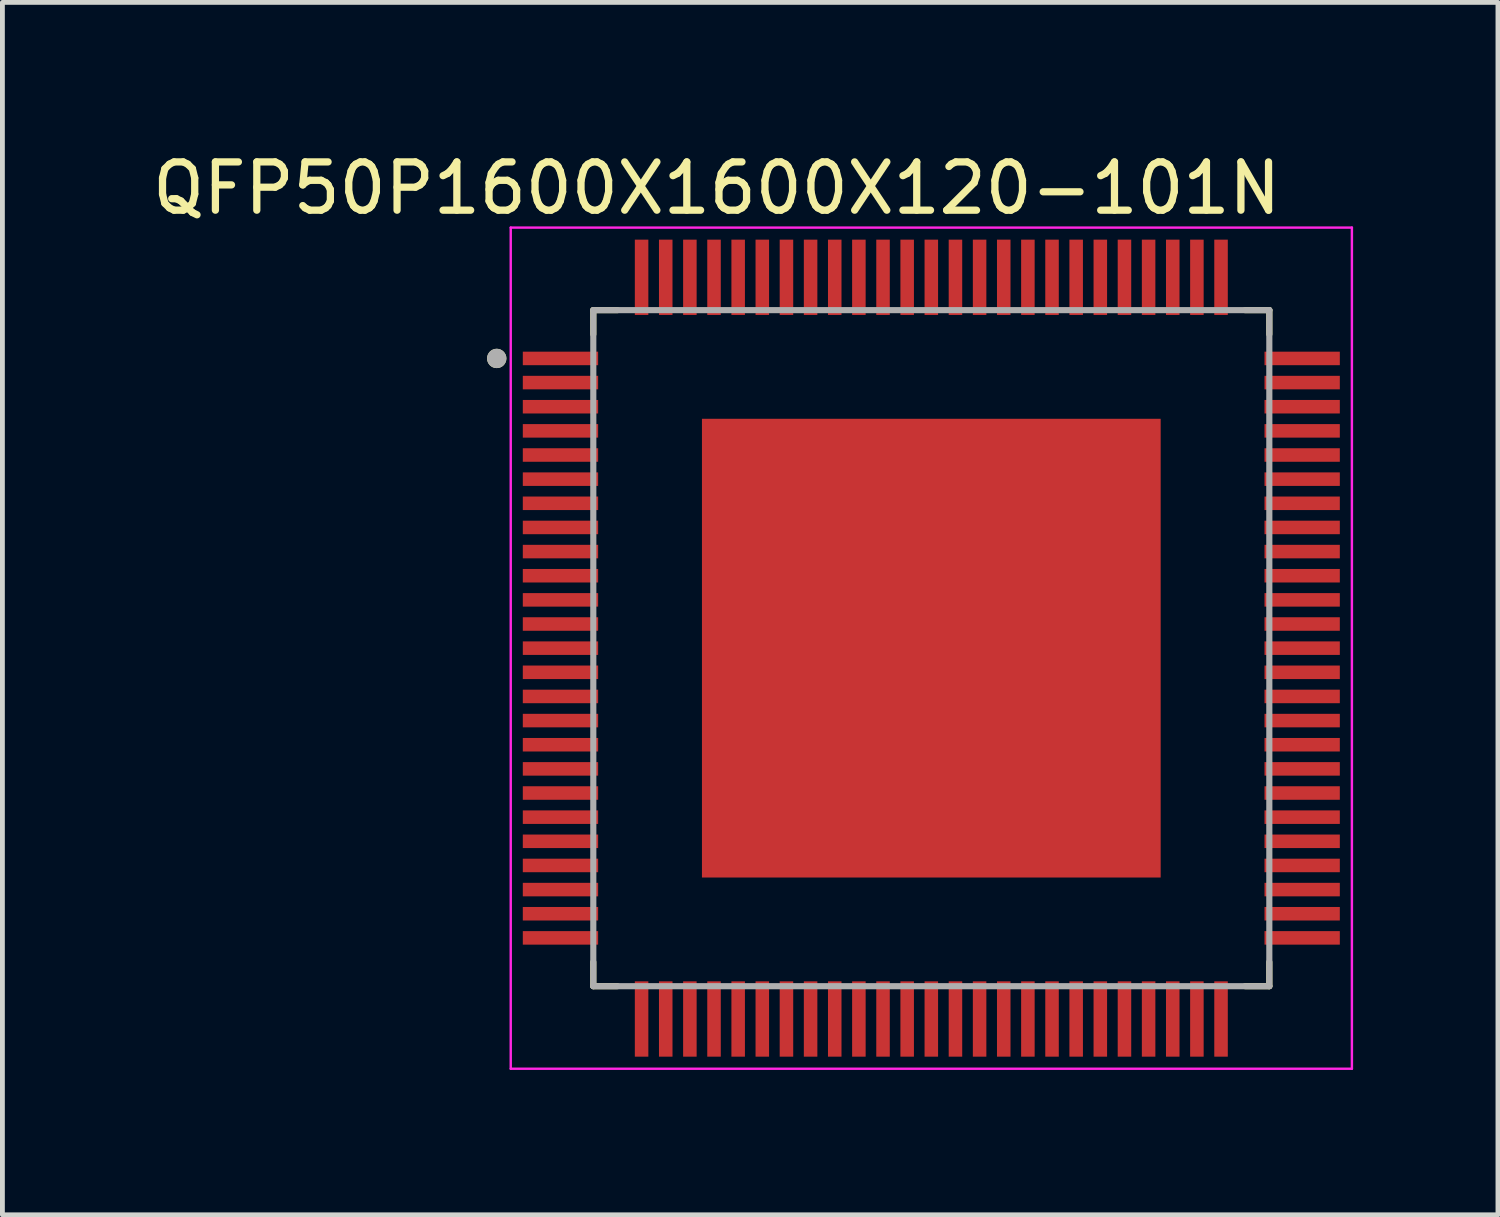
<source format=kicad_pcb>
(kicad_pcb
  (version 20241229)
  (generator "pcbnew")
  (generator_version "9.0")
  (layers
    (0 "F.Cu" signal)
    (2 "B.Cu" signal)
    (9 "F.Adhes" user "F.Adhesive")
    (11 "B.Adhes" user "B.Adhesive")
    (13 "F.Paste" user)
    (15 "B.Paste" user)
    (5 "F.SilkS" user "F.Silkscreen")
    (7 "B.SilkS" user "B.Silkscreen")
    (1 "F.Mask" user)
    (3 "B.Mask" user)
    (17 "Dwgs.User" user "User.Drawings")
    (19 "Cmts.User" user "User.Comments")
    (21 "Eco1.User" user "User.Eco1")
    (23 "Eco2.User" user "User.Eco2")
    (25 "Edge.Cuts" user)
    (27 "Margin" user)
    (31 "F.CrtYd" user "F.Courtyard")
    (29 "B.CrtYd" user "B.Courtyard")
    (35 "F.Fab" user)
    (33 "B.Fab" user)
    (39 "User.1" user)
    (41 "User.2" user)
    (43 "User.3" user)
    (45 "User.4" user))
  (footprint "QFP50P1600X1600X120-101N"
    (layer "F.Cu")
    (at 16.237 10.373)
    (property "Reference" "QFP50P1600X1600X120-101N" (at -4.445 -9.525 0) (layer "F.SilkS") (effects (font (size 1 1) (thickness 0.15))))
    (attr smd)
    (fp_line (start -7 -7) (end -7 -6.5) (stroke (width 0.127) (type solid)) (layer "F.SilkS"))
    (fp_line (start -7 -7) (end -6.5 -7) (stroke (width 0.127) (type solid)) (layer "F.SilkS"))
    (fp_line (start -7 6.5) (end -7 7) (stroke (width 0.127) (type solid)) (layer "F.SilkS"))
    (fp_line (start -7 7) (end -6.5 7) (stroke (width 0.127) (type solid)) (layer "F.SilkS"))
    (fp_line (start 6.5 -7) (end 7 -7) (stroke (width 0.127) (type solid)) (layer "F.SilkS"))
    (fp_line (start 6.5 7) (end 7 7) (stroke (width 0.127) (type solid)) (layer "F.SilkS"))
    (fp_line (start 7 -7) (end 7 -6.5) (stroke (width 0.127) (type solid)) (layer "F.SilkS"))
    (fp_line (start 7 7) (end 7 6.5) (stroke (width 0.127) (type solid)) (layer "F.SilkS"))
    (fp_circle (center -9 -6) (end -8.9 -6) (stroke (width 0.2) (type solid)) (fill no) (layer "F.SilkS"))
    (fp_poly (pts (xy -4.305 -4.305) (xy -2.805 -4.305) (xy -2.805 -2.805) (xy -4.305 -2.805)) (stroke (width 0.01) (type solid)) (fill yes) (layer "F.Paste"))
    (fp_poly (pts (xy -4.305 -1.935) (xy -2.805 -1.935) (xy -2.805 -0.435) (xy -4.305 -0.435)) (stroke (width 0.01) (type solid)) (fill yes) (layer "F.Paste"))
    (fp_poly (pts (xy -4.305 0.435) (xy -2.805 0.435) (xy -2.805 1.935) (xy -4.305 1.935)) (stroke (width 0.01) (type solid)) (fill yes) (layer "F.Paste"))
    (fp_poly (pts (xy -4.305 2.805) (xy -2.805 2.805) (xy -2.805 4.305) (xy -4.305 4.305)) (stroke (width 0.01) (type solid)) (fill yes) (layer "F.Paste"))
    (fp_poly (pts (xy -1.935 -4.305) (xy -0.435 -4.305) (xy -0.435 -2.805) (xy -1.935 -2.805)) (stroke (width 0.01) (type solid)) (fill yes) (layer "F.Paste"))
    (fp_poly (pts (xy -1.935 -1.935) (xy -0.435 -1.935) (xy -0.435 -0.435) (xy -1.935 -0.435)) (stroke (width 0.01) (type solid)) (fill yes) (layer "F.Paste"))
    (fp_poly (pts (xy -1.935 0.435) (xy -0.435 0.435) (xy -0.435 1.935) (xy -1.935 1.935)) (stroke (width 0.01) (type solid)) (fill yes) (layer "F.Paste"))
    (fp_poly (pts (xy -1.935 2.805) (xy -0.435 2.805) (xy -0.435 4.305) (xy -1.935 4.305)) (stroke (width 0.01) (type solid)) (fill yes) (layer "F.Paste"))
    (fp_poly (pts (xy 0.435 -4.305) (xy 1.935 -4.305) (xy 1.935 -2.805) (xy 0.435 -2.805)) (stroke (width 0.01) (type solid)) (fill yes) (layer "F.Paste"))
    (fp_poly (pts (xy 0.435 -1.935) (xy 1.935 -1.935) (xy 1.935 -0.435) (xy 0.435 -0.435)) (stroke (width 0.01) (type solid)) (fill yes) (layer "F.Paste"))
    (fp_poly (pts (xy 0.435 0.435) (xy 1.935 0.435) (xy 1.935 1.935) (xy 0.435 1.935)) (stroke (width 0.01) (type solid)) (fill yes) (layer "F.Paste"))
    (fp_poly (pts (xy 0.435 2.805) (xy 1.935 2.805) (xy 1.935 4.305) (xy 0.435 4.305)) (stroke (width 0.01) (type solid)) (fill yes) (layer "F.Paste"))
    (fp_poly (pts (xy 2.805 -4.305) (xy 4.305 -4.305) (xy 4.305 -2.805) (xy 2.805 -2.805)) (stroke (width 0.01) (type solid)) (fill yes) (layer "F.Paste"))
    (fp_poly (pts (xy 2.805 -1.935) (xy 4.305 -1.935) (xy 4.305 -0.435) (xy 2.805 -0.435)) (stroke (width 0.01) (type solid)) (fill yes) (layer "F.Paste"))
    (fp_poly (pts (xy 2.805 0.435) (xy 4.305 0.435) (xy 4.305 1.935) (xy 2.805 1.935)) (stroke (width 0.01) (type solid)) (fill yes) (layer "F.Paste"))
    (fp_poly (pts (xy 2.805 2.805) (xy 4.305 2.805) (xy 4.305 4.305) (xy 2.805 4.305)) (stroke (width 0.01) (type solid)) (fill yes) (layer "F.Paste"))
    (fp_line (start -8.71 -8.71) (end 8.71 -8.71) (stroke (width 0.05) (type solid)) (layer "F.CrtYd"))
    (fp_line (start -8.71 8.71) (end -8.71 -8.71) (stroke (width 0.05) (type solid)) (layer "F.CrtYd"))
    (fp_line (start 8.71 -8.71) (end 8.71 8.71) (stroke (width 0.05) (type solid)) (layer "F.CrtYd"))
    (fp_line (start 8.71 8.71) (end -8.71 8.71) (stroke (width 0.05) (type solid)) (layer "F.CrtYd"))
    (fp_line (start -7 -7) (end 7 -7) (stroke (width 0.127) (type solid)) (layer "F.Fab"))
    (fp_line (start -7 7) (end -7 -7) (stroke (width 0.127) (type solid)) (layer "F.Fab"))
    (fp_line (start 7 -7) (end 7 7) (stroke (width 0.127) (type solid)) (layer "F.Fab"))
    (fp_line (start 7 7) (end -7 7) (stroke (width 0.127) (type solid)) (layer "F.Fab"))
    (fp_circle (center -9 -6) (end -8.9 -6) (stroke (width 0.2) (type solid)) (fill no) (layer "F.Fab"))
    (pad "1" smd rect (at -7.68 -6) (size 1.56 0.28) (layers "F.Cu" "F.Mask" "F.Paste"))
    (pad "2" smd rect (at -7.68 -5.5) (size 1.56 0.28) (layers "F.Cu" "F.Mask" "F.Paste"))
    (pad "3" smd rect (at -7.68 -5) (size 1.56 0.28) (layers "F.Cu" "F.Mask" "F.Paste"))
    (pad "4" smd rect (at -7.68 -4.5) (size 1.56 0.28) (layers "F.Cu" "F.Mask" "F.Paste"))
    (pad "5" smd rect (at -7.68 -4) (size 1.56 0.28) (layers "F.Cu" "F.Mask" "F.Paste"))
    (pad "6" smd rect (at -7.68 -3.5) (size 1.56 0.28) (layers "F.Cu" "F.Mask" "F.Paste"))
    (pad "7" smd rect (at -7.68 -3) (size 1.56 0.28) (layers "F.Cu" "F.Mask" "F.Paste"))
    (pad "8" smd rect (at -7.68 -2.5) (size 1.56 0.28) (layers "F.Cu" "F.Mask" "F.Paste"))
    (pad "9" smd rect (at -7.68 -2) (size 1.56 0.28) (layers "F.Cu" "F.Mask" "F.Paste"))
    (pad "10" smd rect (at -7.68 -1.5) (size 1.56 0.28) (layers "F.Cu" "F.Mask" "F.Paste"))
    (pad "11" smd rect (at -7.68 -1) (size 1.56 0.28) (layers "F.Cu" "F.Mask" "F.Paste"))
    (pad "12" smd rect (at -7.68 -0.5) (size 1.56 0.28) (layers "F.Cu" "F.Mask" "F.Paste"))
    (pad "13" smd rect (at -7.68 0) (size 1.56 0.28) (layers "F.Cu" "F.Mask" "F.Paste"))
    (pad "14" smd rect (at -7.68 0.5) (size 1.56 0.28) (layers "F.Cu" "F.Mask" "F.Paste"))
    (pad "15" smd rect (at -7.68 1) (size 1.56 0.28) (layers "F.Cu" "F.Mask" "F.Paste"))
    (pad "16" smd rect (at -7.68 1.5) (size 1.56 0.28) (layers "F.Cu" "F.Mask" "F.Paste"))
    (pad "17" smd rect (at -7.68 2) (size 1.56 0.28) (layers "F.Cu" "F.Mask" "F.Paste"))
    (pad "18" smd rect (at -7.68 2.5) (size 1.56 0.28) (layers "F.Cu" "F.Mask" "F.Paste"))
    (pad "19" smd rect (at -7.68 3) (size 1.56 0.28) (layers "F.Cu" "F.Mask" "F.Paste"))
    (pad "20" smd rect (at -7.68 3.5) (size 1.56 0.28) (layers "F.Cu" "F.Mask" "F.Paste"))
    (pad "21" smd rect (at -7.68 4) (size 1.56 0.28) (layers "F.Cu" "F.Mask" "F.Paste"))
    (pad "22" smd rect (at -7.68 4.5) (size 1.56 0.28) (layers "F.Cu" "F.Mask" "F.Paste"))
    (pad "23" smd rect (at -7.68 5) (size 1.56 0.28) (layers "F.Cu" "F.Mask" "F.Paste"))
    (pad "24" smd rect (at -7.68 5.5) (size 1.56 0.28) (layers "F.Cu" "F.Mask" "F.Paste"))
    (pad "25" smd rect (at -7.68 6) (size 1.56 0.28) (layers "F.Cu" "F.Mask" "F.Paste"))
    (pad "26" smd rect (at -6 7.68) (size 0.28 1.56) (layers "F.Cu" "F.Mask" "F.Paste"))
    (pad "27" smd rect (at -5.5 7.68) (size 0.28 1.56) (layers "F.Cu" "F.Mask" "F.Paste"))
    (pad "28" smd rect (at -5 7.68) (size 0.28 1.56) (layers "F.Cu" "F.Mask" "F.Paste"))
    (pad "29" smd rect (at -4.5 7.68) (size 0.28 1.56) (layers "F.Cu" "F.Mask" "F.Paste"))
    (pad "30" smd rect (at -4 7.68) (size 0.28 1.56) (layers "F.Cu" "F.Mask" "F.Paste"))
    (pad "31" smd rect (at -3.5 7.68) (size 0.28 1.56) (layers "F.Cu" "F.Mask" "F.Paste"))
    (pad "32" smd rect (at -3 7.68) (size 0.28 1.56) (layers "F.Cu" "F.Mask" "F.Paste"))
    (pad "33" smd rect (at -2.5 7.68) (size 0.28 1.56) (layers "F.Cu" "F.Mask" "F.Paste"))
    (pad "34" smd rect (at -2 7.68) (size 0.28 1.56) (layers "F.Cu" "F.Mask" "F.Paste"))
    (pad "35" smd rect (at -1.5 7.68) (size 0.28 1.56) (layers "F.Cu" "F.Mask" "F.Paste"))
    (pad "36" smd rect (at -1 7.68) (size 0.28 1.56) (layers "F.Cu" "F.Mask" "F.Paste"))
    (pad "37" smd rect (at -0.5 7.68) (size 0.28 1.56) (layers "F.Cu" "F.Mask" "F.Paste"))
    (pad "38" smd rect (at 0 7.68) (size 0.28 1.56) (layers "F.Cu" "F.Mask" "F.Paste"))
    (pad "39" smd rect (at 0.5 7.68) (size 0.28 1.56) (layers "F.Cu" "F.Mask" "F.Paste"))
    (pad "40" smd rect (at 1 7.68) (size 0.28 1.56) (layers "F.Cu" "F.Mask" "F.Paste"))
    (pad "41" smd rect (at 1.5 7.68) (size 0.28 1.56) (layers "F.Cu" "F.Mask" "F.Paste"))
    (pad "42" smd rect (at 2 7.68) (size 0.28 1.56) (layers "F.Cu" "F.Mask" "F.Paste"))
    (pad "43" smd rect (at 2.5 7.68) (size 0.28 1.56) (layers "F.Cu" "F.Mask" "F.Paste"))
    (pad "44" smd rect (at 3 7.68) (size 0.28 1.56) (layers "F.Cu" "F.Mask" "F.Paste"))
    (pad "45" smd rect (at 3.5 7.68) (size 0.28 1.56) (layers "F.Cu" "F.Mask" "F.Paste"))
    (pad "46" smd rect (at 4 7.68) (size 0.28 1.56) (layers "F.Cu" "F.Mask" "F.Paste"))
    (pad "47" smd rect (at 4.5 7.68) (size 0.28 1.56) (layers "F.Cu" "F.Mask" "F.Paste"))
    (pad "48" smd rect (at 5 7.68) (size 0.28 1.56) (layers "F.Cu" "F.Mask" "F.Paste"))
    (pad "49" smd rect (at 5.5 7.68) (size 0.28 1.56) (layers "F.Cu" "F.Mask" "F.Paste"))
    (pad "50" smd rect (at 6 7.68) (size 0.28 1.56) (layers "F.Cu" "F.Mask" "F.Paste"))
    (pad "51" smd rect (at 7.68 6) (size 1.56 0.28) (layers "F.Cu" "F.Mask" "F.Paste"))
    (pad "52" smd rect (at 7.68 5.5) (size 1.56 0.28) (layers "F.Cu" "F.Mask" "F.Paste"))
    (pad "53" smd rect (at 7.68 5) (size 1.56 0.28) (layers "F.Cu" "F.Mask" "F.Paste"))
    (pad "54" smd rect (at 7.68 4.5) (size 1.56 0.28) (layers "F.Cu" "F.Mask" "F.Paste"))
    (pad "55" smd rect (at 7.68 4) (size 1.56 0.28) (layers "F.Cu" "F.Mask" "F.Paste"))
    (pad "56" smd rect (at 7.68 3.5) (size 1.56 0.28) (layers "F.Cu" "F.Mask" "F.Paste"))
    (pad "57" smd rect (at 7.68 3) (size 1.56 0.28) (layers "F.Cu" "F.Mask" "F.Paste"))
    (pad "58" smd rect (at 7.68 2.5) (size 1.56 0.28) (layers "F.Cu" "F.Mask" "F.Paste"))
    (pad "59" smd rect (at 7.68 2) (size 1.56 0.28) (layers "F.Cu" "F.Mask" "F.Paste"))
    (pad "60" smd rect (at 7.68 1.5) (size 1.56 0.28) (layers "F.Cu" "F.Mask" "F.Paste"))
    (pad "61" smd rect (at 7.68 1) (size 1.56 0.28) (layers "F.Cu" "F.Mask" "F.Paste"))
    (pad "62" smd rect (at 7.68 0.5) (size 1.56 0.28) (layers "F.Cu" "F.Mask" "F.Paste"))
    (pad "63" smd rect (at 7.68 0) (size 1.56 0.28) (layers "F.Cu" "F.Mask" "F.Paste"))
    (pad "64" smd rect (at 7.68 -0.5) (size 1.56 0.28) (layers "F.Cu" "F.Mask" "F.Paste"))
    (pad "65" smd rect (at 7.68 -1) (size 1.56 0.28) (layers "F.Cu" "F.Mask" "F.Paste"))
    (pad "66" smd rect (at 7.68 -1.5) (size 1.56 0.28) (layers "F.Cu" "F.Mask" "F.Paste"))
    (pad "67" smd rect (at 7.68 -2) (size 1.56 0.28) (layers "F.Cu" "F.Mask" "F.Paste"))
    (pad "68" smd rect (at 7.68 -2.5) (size 1.56 0.28) (layers "F.Cu" "F.Mask" "F.Paste"))
    (pad "69" smd rect (at 7.68 -3) (size 1.56 0.28) (layers "F.Cu" "F.Mask" "F.Paste"))
    (pad "70" smd rect (at 7.68 -3.5) (size 1.56 0.28) (layers "F.Cu" "F.Mask" "F.Paste"))
    (pad "71" smd rect (at 7.68 -4) (size 1.56 0.28) (layers "F.Cu" "F.Mask" "F.Paste"))
    (pad "72" smd rect (at 7.68 -4.5) (size 1.56 0.28) (layers "F.Cu" "F.Mask" "F.Paste"))
    (pad "73" smd rect (at 7.68 -5) (size 1.56 0.28) (layers "F.Cu" "F.Mask" "F.Paste"))
    (pad "74" smd rect (at 7.68 -5.5) (size 1.56 0.28) (layers "F.Cu" "F.Mask" "F.Paste"))
    (pad "75" smd rect (at 7.68 -6) (size 1.56 0.28) (layers "F.Cu" "F.Mask" "F.Paste"))
    (pad "76" smd rect (at 6 -7.68) (size 0.28 1.56) (layers "F.Cu" "F.Mask" "F.Paste"))
    (pad "77" smd rect (at 5.5 -7.68) (size 0.28 1.56) (layers "F.Cu" "F.Mask" "F.Paste"))
    (pad "78" smd rect (at 5 -7.68) (size 0.28 1.56) (layers "F.Cu" "F.Mask" "F.Paste"))
    (pad "79" smd rect (at 4.5 -7.68) (size 0.28 1.56) (layers "F.Cu" "F.Mask" "F.Paste"))
    (pad "80" smd rect (at 4 -7.68) (size 0.28 1.56) (layers "F.Cu" "F.Mask" "F.Paste"))
    (pad "81" smd rect (at 3.5 -7.68) (size 0.28 1.56) (layers "F.Cu" "F.Mask" "F.Paste"))
    (pad "82" smd rect (at 3 -7.68) (size 0.28 1.56) (layers "F.Cu" "F.Mask" "F.Paste"))
    (pad "83" smd rect (at 2.5 -7.68) (size 0.28 1.56) (layers "F.Cu" "F.Mask" "F.Paste"))
    (pad "84" smd rect (at 2 -7.68) (size 0.28 1.56) (layers "F.Cu" "F.Mask" "F.Paste"))
    (pad "85" smd rect (at 1.5 -7.68) (size 0.28 1.56) (layers "F.Cu" "F.Mask" "F.Paste"))
    (pad "86" smd rect (at 1 -7.68) (size 0.28 1.56) (layers "F.Cu" "F.Mask" "F.Paste"))
    (pad "87" smd rect (at 0.5 -7.68) (size 0.28 1.56) (layers "F.Cu" "F.Mask" "F.Paste"))
    (pad "88" smd rect (at 0 -7.68) (size 0.28 1.56) (layers "F.Cu" "F.Mask" "F.Paste"))
    (pad "89" smd rect (at -0.5 -7.68) (size 0.28 1.56) (layers "F.Cu" "F.Mask" "F.Paste"))
    (pad "90" smd rect (at -1 -7.68) (size 0.28 1.56) (layers "F.Cu" "F.Mask" "F.Paste"))
    (pad "91" smd rect (at -1.5 -7.68) (size 0.28 1.56) (layers "F.Cu" "F.Mask" "F.Paste"))
    (pad "92" smd rect (at -2 -7.68) (size 0.28 1.56) (layers "F.Cu" "F.Mask" "F.Paste"))
    (pad "93" smd rect (at -2.5 -7.68) (size 0.28 1.56) (layers "F.Cu" "F.Mask" "F.Paste"))
    (pad "94" smd rect (at -3 -7.68) (size 0.28 1.56) (layers "F.Cu" "F.Mask" "F.Paste"))
    (pad "95" smd rect (at -3.5 -7.68) (size 0.28 1.56) (layers "F.Cu" "F.Mask" "F.Paste"))
    (pad "96" smd rect (at -4 -7.68) (size 0.28 1.56) (layers "F.Cu" "F.Mask" "F.Paste"))
    (pad "97" smd rect (at -4.5 -7.68) (size 0.28 1.56) (layers "F.Cu" "F.Mask" "F.Paste"))
    (pad "98" smd rect (at -5 -7.68) (size 0.28 1.56) (layers "F.Cu" "F.Mask" "F.Paste"))
    (pad "99" smd rect (at -5.5 -7.68) (size 0.28 1.56) (layers "F.Cu" "F.Mask" "F.Paste"))
    (pad "100" smd rect (at -6 -7.68) (size 0.28 1.56) (layers "F.Cu" "F.Mask" "F.Paste"))
    (pad "101" smd rect (at 0 0) (size 9.5 9.5) (layers "F.Cu" "F.Mask")))
  (gr_rect
    (start -3 -3)
    (end 27.972 22.108)
    (stroke (width 0.1) (type default))
    (fill no)
    (layer "Edge.Cuts")))
</source>
